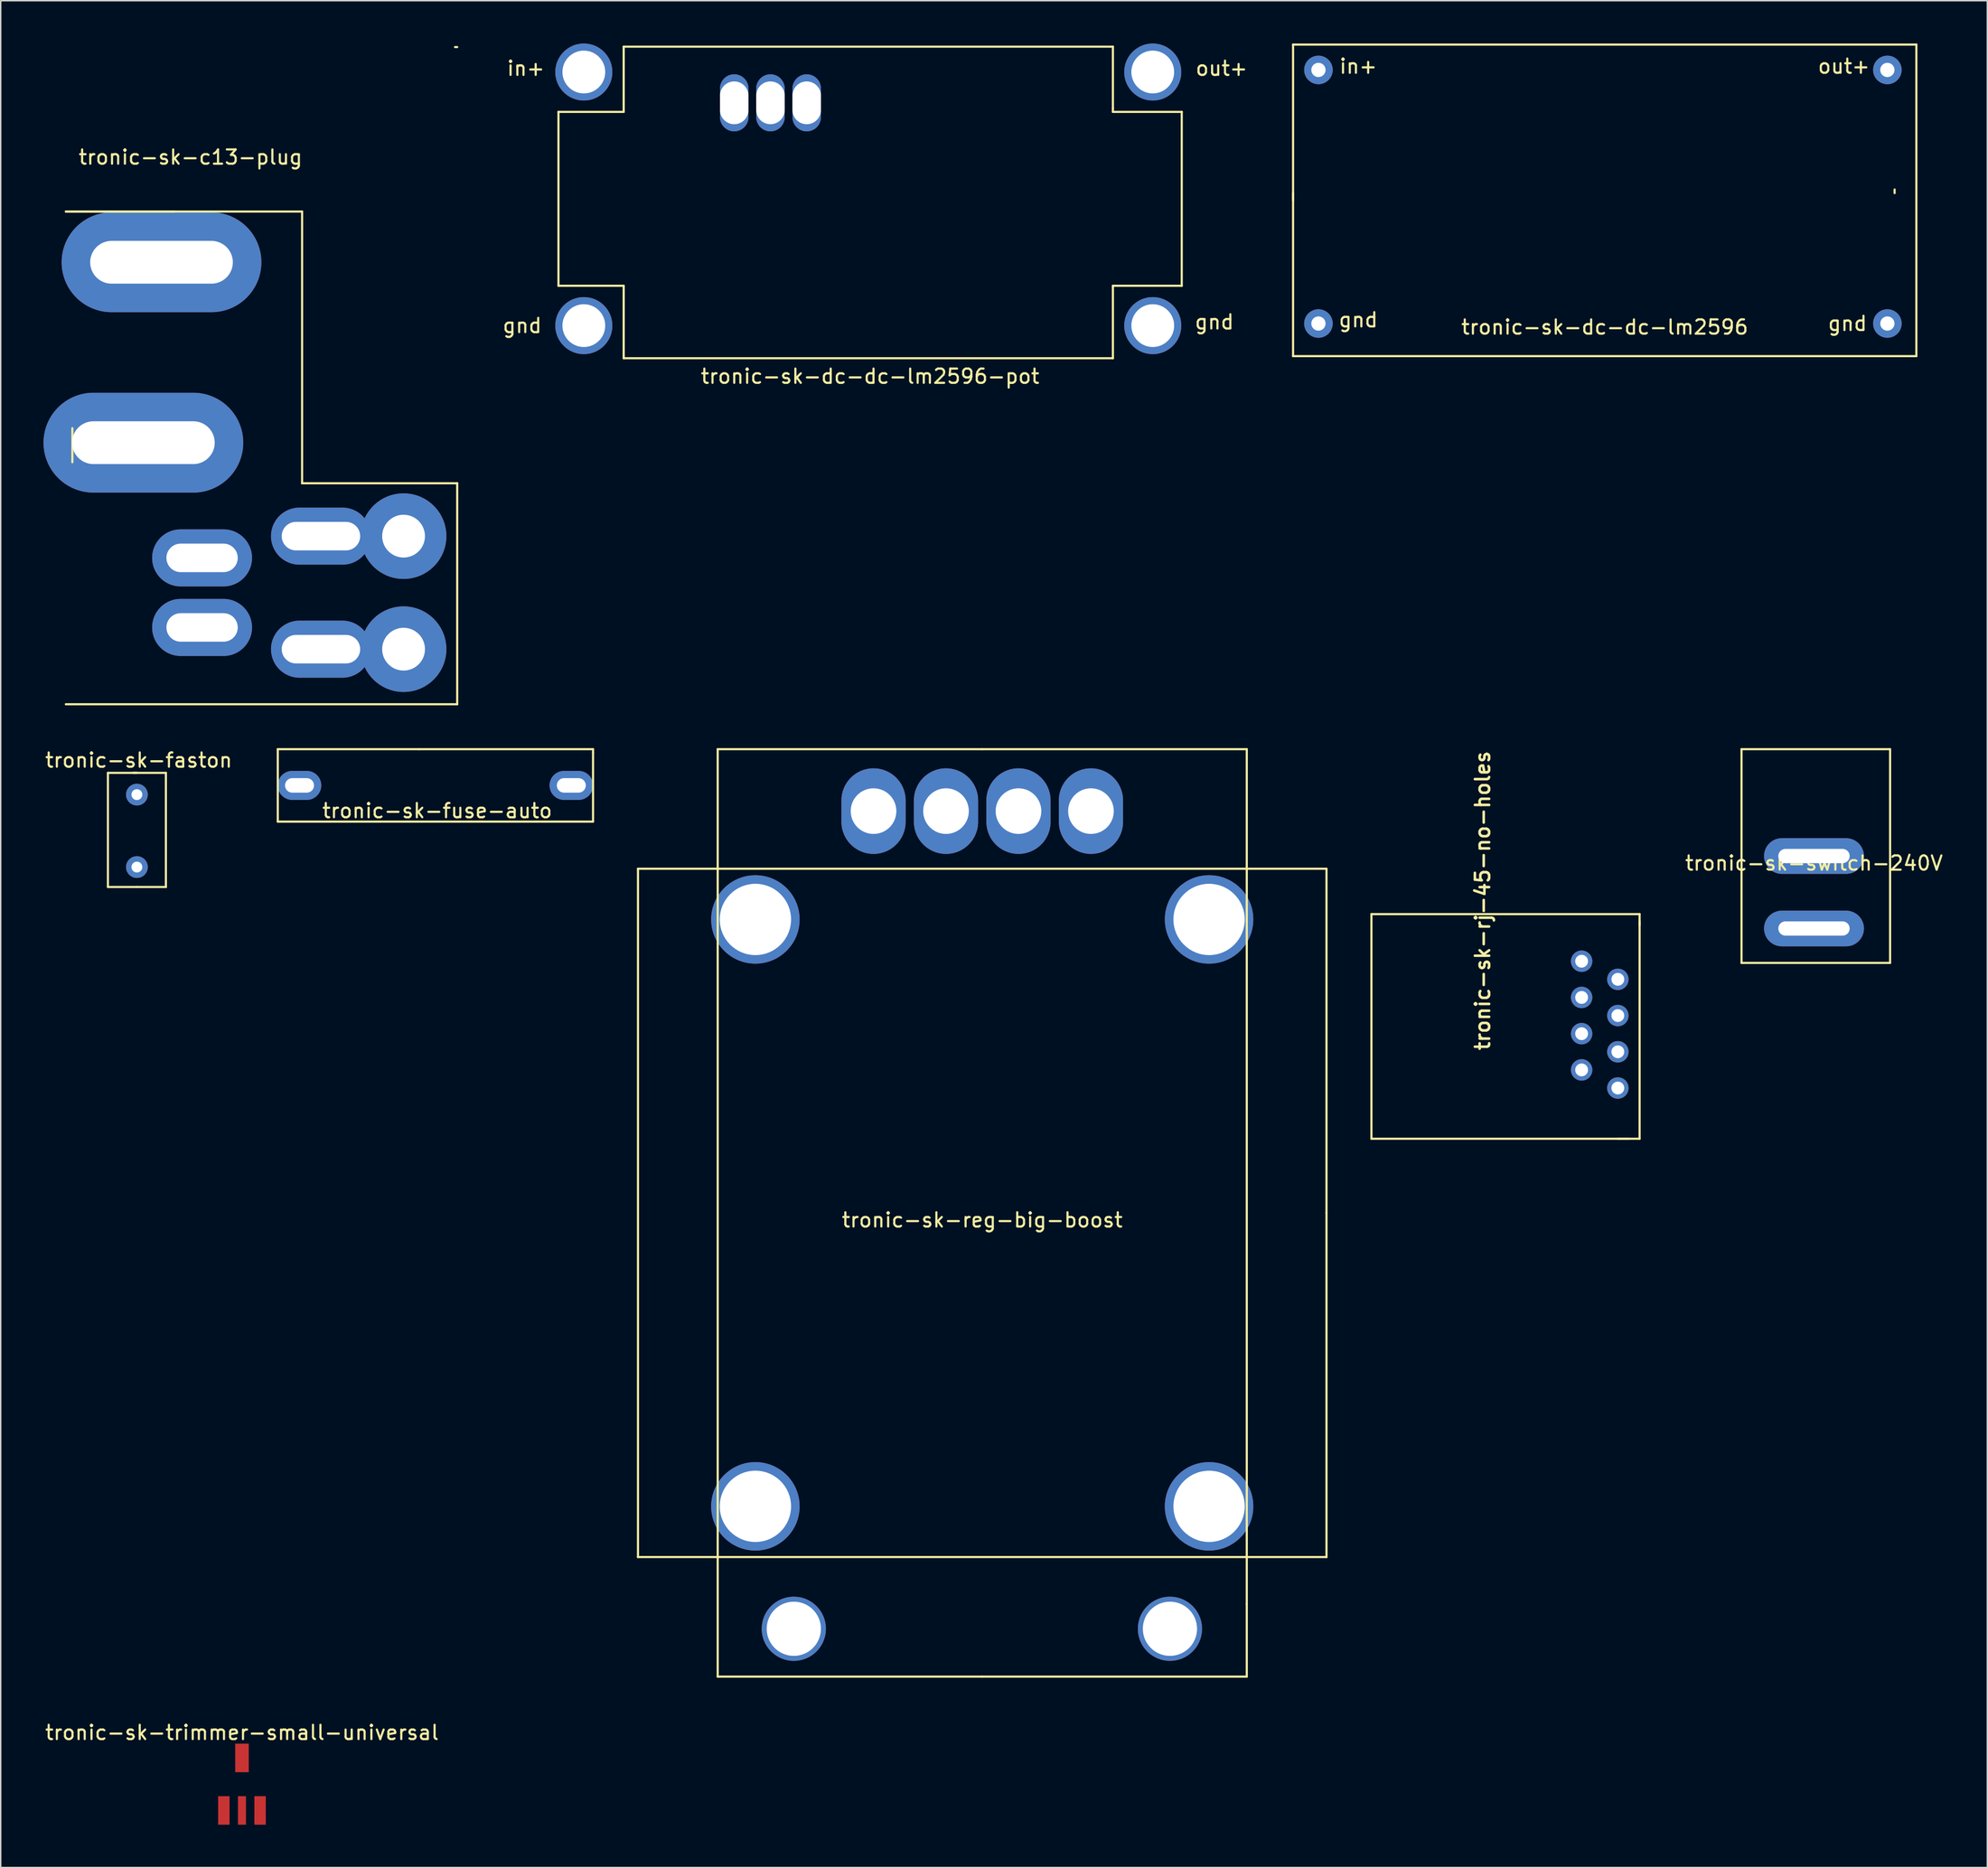
<source format=kicad_pcb>
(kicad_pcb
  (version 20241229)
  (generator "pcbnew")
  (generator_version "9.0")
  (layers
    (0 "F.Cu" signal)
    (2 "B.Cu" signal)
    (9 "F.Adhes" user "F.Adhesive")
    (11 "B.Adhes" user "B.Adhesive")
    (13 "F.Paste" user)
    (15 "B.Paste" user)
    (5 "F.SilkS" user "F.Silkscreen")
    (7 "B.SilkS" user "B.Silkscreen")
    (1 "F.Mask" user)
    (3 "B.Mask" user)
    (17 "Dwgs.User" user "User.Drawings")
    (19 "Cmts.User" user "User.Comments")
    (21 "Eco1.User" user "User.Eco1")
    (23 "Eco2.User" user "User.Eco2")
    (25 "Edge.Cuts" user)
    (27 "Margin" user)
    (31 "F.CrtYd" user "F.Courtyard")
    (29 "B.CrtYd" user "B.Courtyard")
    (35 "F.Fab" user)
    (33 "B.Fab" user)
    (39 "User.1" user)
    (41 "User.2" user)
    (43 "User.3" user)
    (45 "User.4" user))
  (footprint "tronic-sk-fuse-auto"
    (layer "F.Cu")
    (at 18.198 50.238)
    (property "Reference" "tronic-sk-fuse-auto" (at 9.398 3.556 0) (layer "F.SilkS") (effects (font (size 1 1) (thickness 0.15))))
    (attr through_hole)
    (fp_line (start -1.778 -0.762) (end -1.778 4.318) (stroke (width 0.15) (type solid)) (layer "F.SilkS"))
    (fp_line (start -1.778 4.318) (end 20.32 4.318) (stroke (width 0.15) (type solid)) (layer "F.SilkS"))
    (fp_line (start 8.128 -0.762) (end -1.778 -0.762) (stroke (width 0.15) (type solid)) (layer "F.SilkS"))
    (fp_line (start 20.32 -0.762) (end 8.128 -0.762) (stroke (width 0.15) (type solid)) (layer "F.SilkS"))
    (fp_line (start 20.32 -0.508) (end 20.32 -0.762) (stroke (width 0.15) (type solid)) (layer "F.SilkS"))
    (fp_line (start 20.32 4.318) (end 20.32 -0.508) (stroke (width 0.15) (type solid)) (layer "F.SilkS"))
    (pad "1" thru_hole oval (at -0.254 1.778) (size 3.048 2.032) (drill oval 2.032 1.016) (layers "*.Cu" "*.Mask"))
    (pad "2" thru_hole oval (at 18.796 1.778) (size 3.048 2.032) (drill oval 2.032 1.016) (layers "*.Cu" "*.Mask")))
  (footprint "tronic-sk-dc-dc-lm2596"
    (layer "F.Cu")
    (at 109.429 10.997)
    (property "Reference" "tronic-sk-dc-dc-lm2596" (at 0 8.89 0) (layer "F.SilkS") (effects (font (size 1 1) (thickness 0.15))))
    (attr through_hole)
    (fp_line (start -21.844 -10.922) (end 21.844 -10.922) (stroke (width 0.15) (type solid)) (layer "F.SilkS"))
    (fp_line (start -21.844 0) (end -21.844 -10.922) (stroke (width 0.15) (type solid)) (layer "F.SilkS"))
    (fp_line (start -21.844 10.922) (end -21.844 -0.508) (stroke (width 0.15) (type solid)) (layer "F.SilkS"))
    (fp_line (start 20.32 -0.508) (end 20.32 -0.762) (stroke (width 0.15) (type solid)) (layer "F.SilkS"))
    (fp_line (start 21.844 -10.922) (end 21.844 10.922) (stroke (width 0.15) (type solid)) (layer "F.SilkS"))
    (fp_line (start 21.844 10.922) (end -21.844 10.922) (stroke (width 0.15) (type solid)) (layer "F.SilkS"))
    (fp_text user "out+" (at 16.764 -9.398 0) (layer "F.SilkS") (effects (font (size 1 1) (thickness 0.15))))
    (fp_text user "gnd" (at 17.018 8.636 0) (layer "F.SilkS") (effects (font (size 1 1) (thickness 0.15))))
    (fp_text user "gnd" (at -17.272 8.382 0) (layer "F.SilkS") (effects (font (size 1 1) (thickness 0.15))))
    (fp_text user "in+" (at -17.272 -9.398 0) (layer "F.SilkS") (effects (font (size 1 1) (thickness 0.15))))
    (pad "1" thru_hole circle (at -20.066 -9.144) (size 2 2) (drill 1) (layers "*.Cu" "*.Mask"))
    (pad "2" thru_hole circle (at -20.066 8.636) (size 2 2) (drill 1) (layers "*.Cu" "*.Mask"))
    (pad "3" thru_hole circle (at 19.812 -9.144) (size 2 2) (drill 1) (layers "*.Cu" "*.Mask"))
    (pad "4" thru_hole circle (at 19.812 8.636) (size 2 2) (drill 1) (layers "*.Cu" "*.Mask")))
  (footprint "tronic-sk-switch-240V"
    (layer "F.Cu")
    (at 124.098 56.969)
    (property "Reference" "tronic-sk-switch-240V" (at 0 0.5 0) (layer "F.SilkS") (effects (font (size 1 1) (thickness 0.15))))
    (attr through_hole)
    (fp_line (start -5.08 -7.493) (end 5.334 -7.493) (stroke (width 0.15) (type solid)) (layer "F.SilkS"))
    (fp_line (start -5.08 7.493) (end -5.08 -7.493) (stroke (width 0.15) (type solid)) (layer "F.SilkS"))
    (fp_line (start 5.334 -7.493) (end 5.334 7.493) (stroke (width 0.15) (type solid)) (layer "F.SilkS"))
    (fp_line (start 5.334 7.493) (end -5.08 7.493) (stroke (width 0.15) (type solid)) (layer "F.SilkS"))
    (pad "1" thru_hole oval (at 0 0) (size 7 2.5) (drill oval 5 1) (layers "*.Cu" "*.Mask"))
    (pad "2" thru_hole oval (at 0 5.08) (size 7 2.5) (drill oval 5 1) (layers "*.Cu" "*.Mask")))
  (footprint "tronic-sk-dc-dc-lm2596-pot"
    (layer "F.Cu")
    (at 57.938 11.144)
    (property "Reference" "tronic-sk-dc-dc-lm2596-pot" (at 0 12.192 0) (layer "F.SilkS") (effects (font (size 1 1) (thickness 0.15))))
    (attr through_hole)
    (fp_line (start -21.844 -6.35) (end -17.272 -6.35) (stroke (width 0.15) (type solid)) (layer "F.SilkS"))
    (fp_line (start -21.844 5.842) (end -21.844 -6.35) (stroke (width 0.15) (type solid)) (layer "F.SilkS"))
    (fp_line (start -17.272 -10.922) (end 17.018 -10.922) (stroke (width 0.15) (type solid)) (layer "F.SilkS"))
    (fp_line (start -17.272 -6.35) (end -17.272 -10.922) (stroke (width 0.15) (type solid)) (layer "F.SilkS"))
    (fp_line (start -17.272 5.842) (end -21.844 5.842) (stroke (width 0.15) (type solid)) (layer "F.SilkS"))
    (fp_line (start -17.272 10.922) (end -17.272 5.842) (stroke (width 0.15) (type solid)) (layer "F.SilkS"))
    (fp_line (start 17.018 -10.922) (end 17.018 -6.604) (stroke (width 0.15) (type solid)) (layer "F.SilkS"))
    (fp_line (start 17.018 -6.604) (end 17.018 -6.35) (stroke (width 0.15) (type solid)) (layer "F.SilkS"))
    (fp_line (start 17.018 -6.35) (end 21.844 -6.35) (stroke (width 0.15) (type solid)) (layer "F.SilkS"))
    (fp_line (start 17.018 5.842) (end 17.018 10.922) (stroke (width 0.15) (type solid)) (layer "F.SilkS"))
    (fp_line (start 17.018 10.922) (end -17.272 10.922) (stroke (width 0.15) (type solid)) (layer "F.SilkS"))
    (fp_line (start 21.844 5.842) (end 17.018 5.842) (stroke (width 0.15) (type solid)) (layer "F.SilkS"))
    (fp_line (start 21.844 5.842) (end 21.844 -6.35) (stroke (width 0.15) (type solid)) (layer "F.SilkS"))
    (fp_text user "gnd" (at -24.384 8.636 0) (layer "F.SilkS") (effects (font (size 1 1) (thickness 0.15))))
    (fp_text user "in+" (at -24.13 -9.398 0) (layer "F.SilkS") (effects (font (size 1 1) (thickness 0.15))))
    (fp_text user "out+" (at 24.638 -9.398 0) (layer "F.SilkS") (effects (font (size 1 1) (thickness 0.15))))
    (fp_text user "gnd" (at 24.13 8.382 0) (layer "F.SilkS") (effects (font (size 1 1) (thickness 0.15))))
    (pad "1" thru_hole circle (at -20.066 -9.144) (size 4 4) (drill 3) (layers "*.Cu" "*.Mask"))
    (pad "2" thru_hole circle (at -20.066 8.636) (size 4 4) (drill 3) (layers "*.Cu" "*.Mask"))
    (pad "2" thru_hole circle (at 19.812 8.636) (size 4 4) (drill 3) (layers "*.Cu" "*.Mask"))
    (pad "3" thru_hole circle (at 19.812 -9.144) (size 4 4) (drill 3) (layers "*.Cu" "*.Mask"))
    (pad "4" thru_hole oval (at -9.525 -6.985) (size 2 4) (drill oval 2 3) (layers "*.Cu" "*.Mask"))
    (pad "5" thru_hole oval (at -6.985 -6.985) (size 2 4) (drill oval 2 3) (layers "*.Cu" "*.Mask"))
    (pad "6" thru_hole oval (at -4.445 -6.985) (size 2 4) (drill oval 2 3) (layers "*.Cu" "*.Mask")))
  (footprint "tronic-sk-c13-plug"
    (layer "F.Cu")
    (at 1.564 0.25)
    (property "Reference" "tronic-sk-c13-plug" (at 8.738 7.722 0) (layer "F.SilkS") (effects (font (size 1 1) (thickness 0.15))))
    (attr through_hole)
    (fp_line (start 0 11.532) (end 16.561 11.532) (stroke (width 0.15) (type solid)) (layer "F.SilkS"))
    (fp_line (start 0.457 26.721) (end 0.457 29.108) (stroke (width 0.15) (type solid)) (layer "F.SilkS"))
    (fp_line (start 7.62 11.532) (end 0 11.532) (stroke (width 0.15) (type solid)) (layer "F.SilkS"))
    (fp_line (start 16.561 11.532) (end 16.561 30.582) (stroke (width 0.15) (type solid)) (layer "F.SilkS"))
    (fp_line (start 16.561 30.582) (end 27.432 30.582) (stroke (width 0.15) (type solid)) (layer "F.SilkS"))
    (fp_line (start 27.28 0) (end 27.432 0) (stroke (width 0.15) (type solid)) (layer "F.SilkS"))
    (fp_line (start 27.432 30.582) (end 27.432 46.076) (stroke (width 0.15) (type solid)) (layer "F.SilkS"))
    (fp_line (start 27.432 46.076) (end 0 46.076) (stroke (width 0.15) (type solid)) (layer "F.SilkS"))
    (pad "1" thru_hole oval (at 6.706 15.088) (size 14 7) (drill oval 10 3) (layers "*.Cu" "*.Mask"))
    (pad "2" thru_hole oval (at 5.436 27.737) (size 14 7) (drill oval 10 3) (layers "*.Cu" "*.Mask"))
    (pad "3" thru_hole oval (at 9.55 35.814) (size 7 4) (drill oval 5 2) (layers "*.Cu" "*.Mask"))
    (pad "4" thru_hole oval (at 9.55 40.691) (size 7 4) (drill oval 5 2) (layers "*.Cu" "*.Mask"))
    (pad "5" thru_hole oval (at 17.882 34.29) (size 7 4) (drill oval 5.5 2) (layers "*.Cu" "*.Mask"))
    (pad "5" thru_hole circle (at 23.673 34.29) (size 6 6) (drill 3) (layers "*.Cu" "*.Mask"))
    (pad "6" thru_hole oval (at 17.882 42.215) (size 7 4) (drill oval 5.5 2) (layers "*.Cu" "*.Mask"))
    (pad "6" thru_hole circle (at 23.673 42.215) (size 6 6) (drill 3) (layers "*.Cu" "*.Mask")))
  (footprint "tronic-sk-reg-big-boost"
    (layer "F.Cu")
    (at 65.798 81.988)
    (property "Reference" "tronic-sk-reg-big-boost" (at 0 0.5 0) (layer "F.SilkS") (effects (font (size 1 1) (thickness 0.15))))
    (attr through_hole)
    (fp_line (start -24.13 -24.13) (end 24.13 -24.13) (stroke (width 0.15) (type solid)) (layer "F.SilkS"))
    (fp_line (start -24.13 24.13) (end -24.13 -24.13) (stroke (width 0.15) (type solid)) (layer "F.SilkS"))
    (fp_line (start -18.542 -32.512) (end -18.542 32.512) (stroke (width 0.15) (type solid)) (layer "F.SilkS"))
    (fp_line (start 0 -32.512) (end -18.542 -32.512) (stroke (width 0.15) (type solid)) (layer "F.SilkS"))
    (fp_line (start 0 32.512) (end -18.542 32.512) (stroke (width 0.15) (type solid)) (layer "F.SilkS"))
    (fp_line (start 0 32.512) (end 18.542 32.512) (stroke (width 0.15) (type solid)) (layer "F.SilkS"))
    (fp_line (start 18.542 -32.512) (end 0 -32.512) (stroke (width 0.15) (type solid)) (layer "F.SilkS"))
    (fp_line (start 18.542 27.432) (end 18.542 -32.512) (stroke (width 0.15) (type solid)) (layer "F.SilkS"))
    (fp_line (start 18.542 27.432) (end 18.542 32.512) (stroke (width 0.15) (type solid)) (layer "F.SilkS"))
    (fp_line (start 24.13 -24.13) (end 24.13 0) (stroke (width 0.15) (type solid)) (layer "F.SilkS"))
    (fp_line (start 24.13 0) (end 24.13 24.13) (stroke (width 0.15) (type solid)) (layer "F.SilkS"))
    (fp_line (start 24.13 24.13) (end -24.13 24.13) (stroke (width 0.15) (type solid)) (layer "F.SilkS"))
    (pad "0" thru_hole circle (at -15.9 -20.574) (size 6.2 6.2) (drill 5) (layers "*.Cu" "*.Mask"))
    (pad "0" thru_hole circle (at -15.9 20.574) (size 6.2 6.2) (drill 5) (layers "*.Cu" "*.Mask"))
    (pad "0" thru_hole circle (at -13.208 29.159) (size 4.5 4.5) (drill 3.8) (layers "*.Cu" "*.Mask"))
    (pad "0" thru_hole circle (at 13.157 29.159) (size 4.5 4.5) (drill 3.8) (layers "*.Cu" "*.Mask"))
    (pad "0" thru_hole circle (at 15.9 -20.574) (size 6.2 6.2) (drill 5) (layers "*.Cu" "*.Mask"))
    (pad "0" thru_hole circle (at 15.9 20.574) (size 6.2 6.2) (drill 5) (layers "*.Cu" "*.Mask"))
    (pad "1" thru_hole oval (at -7.62 -28.169) (size 4.5 6) (drill 3.2) (layers "*.Cu" "*.Mask"))
    (pad "2" thru_hole oval (at -2.54 -28.169) (size 4.5 6) (drill 3.2) (layers "*.Cu" "*.Mask"))
    (pad "3" thru_hole oval (at 2.54 -28.169) (size 4.5 6) (drill 3.2) (layers "*.Cu" "*.Mask"))
    (pad "4" thru_hole oval (at 7.62 -28.169) (size 4.5 6) (drill 3.2) (layers "*.Cu" "*.Mask")))
  (footprint "tronic-sk-trimmer-small-universal"
    (layer "F.Cu")
    (at 13.911 122.741)
    (property "Reference" "tronic-sk-trimmer-small-universal" (at 0 -4.318 0) (layer "F.SilkS") (effects (font (size 1 1) (thickness 0.15))))
    (attr through_hole)
    (pad "1" smd rect (at -1.27 1.143) (size 0.8 2) (layers "F.Cu" "F.Mask" "F.Paste"))
    (pad "2" smd rect (at 0 -2.54) (size 0.95 2) (layers "F.Cu" "F.Mask" "F.Paste"))
    (pad "2" smd rect (at 0 1.143) (size 0.56 2) (layers "F.Cu" "F.Mask" "F.Paste"))
    (pad "3" smd rect (at 1.27 1.143) (size 0.8 2) (layers "F.Cu" "F.Mask" "F.Paste")))
  (footprint "tronic-sk-rj-45-no-holes"
    (layer "F.Cu")
    (at 106.032 69.423)
    (property "Reference" "tronic-sk-rj-45-no-holes" (at -4.572 1.27 90) (layer "F.SilkS") (effects (font (size 1 1) (thickness 0.18)) (justify left bottom)))
    (attr through_hole)
    (fp_line (start -12.954 -8.382) (end -12.954 7.366) (stroke (width 0.15) (type solid)) (layer "F.SilkS"))
    (fp_line (start -12.954 -8.382) (end 5.842 -8.382) (stroke (width 0.15) (type solid)) (layer "F.SilkS"))
    (fp_line (start -12.954 7.366) (end 5.08 7.366) (stroke (width 0.15) (type solid)) (layer "F.SilkS"))
    (fp_line (start 4.318 7.366) (end 5.842 7.366) (stroke (width 0.15) (type solid)) (layer "F.SilkS"))
    (fp_line (start 5.842 -8.382) (end 5.842 -7.62) (stroke (width 0.15) (type solid)) (layer "F.SilkS"))
    (fp_line (start 5.842 7.366) (end 5.842 -7.874) (stroke (width 0.15) (type solid)) (layer "F.SilkS"))
    (pad "1" thru_hole circle (at 1.778 -5.08) (size 1.5 1.5) (drill 0.9) (layers "*.Cu" "*.Mask"))
    (pad "2" thru_hole circle (at 4.318 -3.81) (size 1.5 1.5) (drill 0.9) (layers "*.Cu" "*.Mask"))
    (pad "3" thru_hole circle (at 1.778 -2.54) (size 1.5 1.5) (drill 0.9) (layers "*.Cu" "*.Mask"))
    (pad "4" thru_hole circle (at 4.318 -1.27) (size 1.5 1.5) (drill 0.9) (layers "*.Cu" "*.Mask"))
    (pad "5" thru_hole circle (at 1.778 0) (size 1.5 1.5) (drill 0.9) (layers "*.Cu" "*.Mask"))
    (pad "6" thru_hole circle (at 4.318 1.27) (size 1.5 1.5) (drill 0.9) (layers "*.Cu" "*.Mask"))
    (pad "7" thru_hole circle (at 1.778 2.54) (size 1.5 1.5) (drill 0.9) (layers "*.Cu" "*.Mask"))
    (pad "8" thru_hole circle (at 4.318 3.81) (size 1.5 1.5) (drill 0.9) (layers "*.Cu" "*.Mask")))
  (footprint "tronic-sk-faston"
    (layer "F.Cu")
    (at 6.546 52.662)
    (property "Reference" "tronic-sk-faston" (at 0.127 -2.413 0) (layer "F.SilkS") (effects (font (size 1 1) (thickness 0.15))))
    (attr through_hole)
    (fp_line (start -2.032 -1.524) (end -2.032 6.477) (stroke (width 0.15) (type solid)) (layer "F.SilkS"))
    (fp_line (start -2.032 6.477) (end 0 6.477) (stroke (width 0.15) (type solid)) (layer "F.SilkS"))
    (fp_line (start 0 -1.524) (end -2.032 -1.524) (stroke (width 0.15) (type solid)) (layer "F.SilkS"))
    (fp_line (start 0 6.477) (end 2.032 6.477) (stroke (width 0.15) (type solid)) (layer "F.SilkS"))
    (fp_line (start 2.032 -1.524) (end -0.254 -1.524) (stroke (width 0.15) (type solid)) (layer "F.SilkS"))
    (fp_line (start 2.032 6.477) (end 2.032 -1.524) (stroke (width 0.15) (type solid)) (layer "F.SilkS"))
    (pad "1" thru_hole circle (at 0 0) (size 1.524 1.524) (drill 0.762) (layers "*.Cu" "*.Mask"))
    (pad "2" thru_hole circle (at 0 5.08) (size 1.524 1.524) (drill 0.762) (layers "*.Cu" "*.Mask")))
  (gr_rect
    (start -3 -3)
    (end 136.247 127.884)
    (stroke (width 0.1) (type default))
    (fill no)
    (layer "Edge.Cuts")))
</source>
